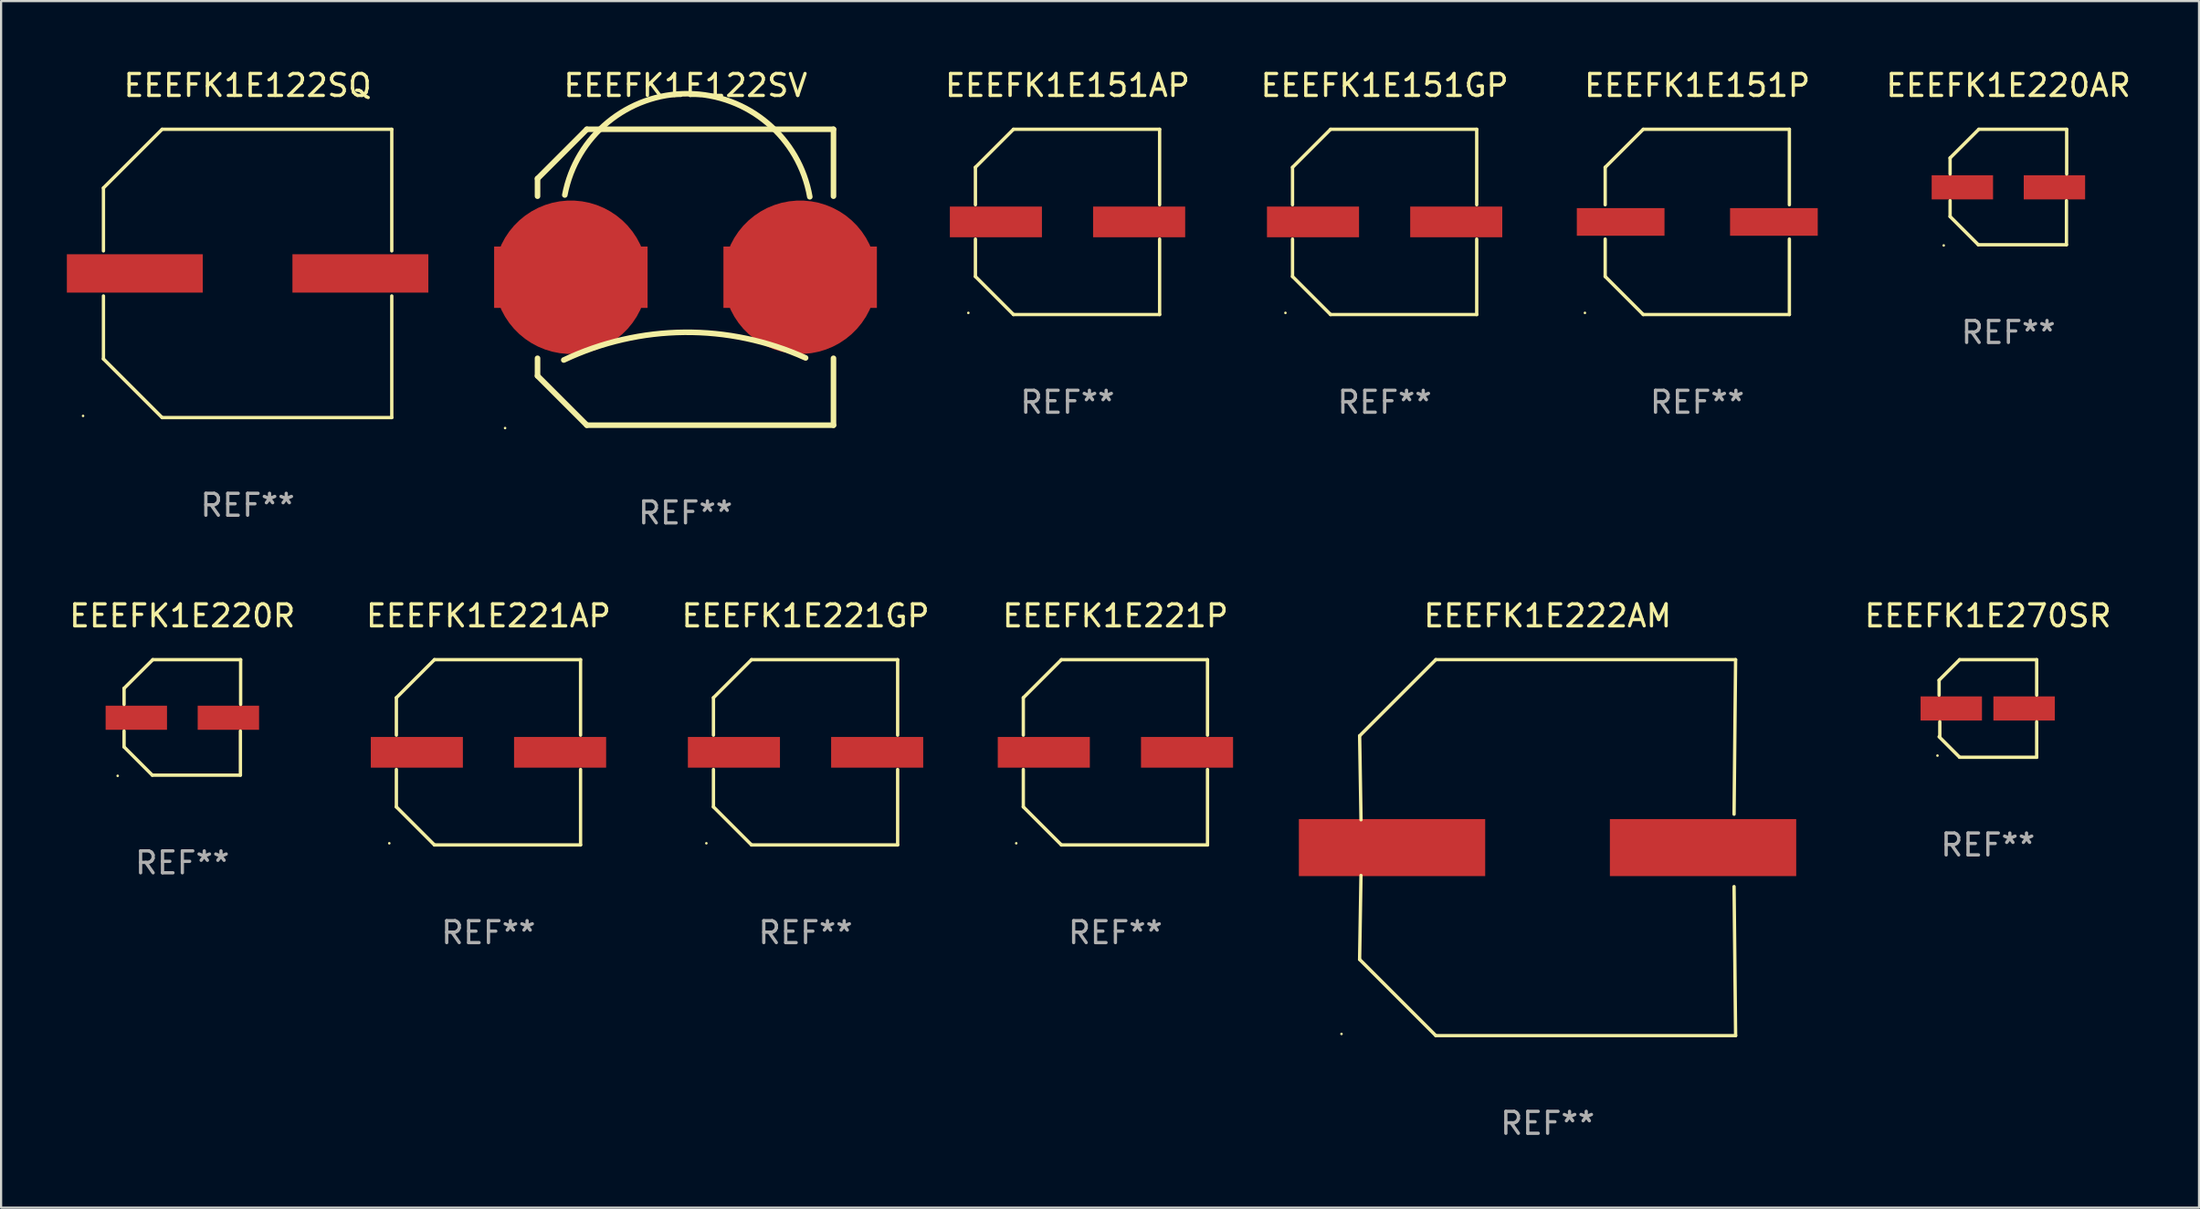
<source format=kicad_pcb>
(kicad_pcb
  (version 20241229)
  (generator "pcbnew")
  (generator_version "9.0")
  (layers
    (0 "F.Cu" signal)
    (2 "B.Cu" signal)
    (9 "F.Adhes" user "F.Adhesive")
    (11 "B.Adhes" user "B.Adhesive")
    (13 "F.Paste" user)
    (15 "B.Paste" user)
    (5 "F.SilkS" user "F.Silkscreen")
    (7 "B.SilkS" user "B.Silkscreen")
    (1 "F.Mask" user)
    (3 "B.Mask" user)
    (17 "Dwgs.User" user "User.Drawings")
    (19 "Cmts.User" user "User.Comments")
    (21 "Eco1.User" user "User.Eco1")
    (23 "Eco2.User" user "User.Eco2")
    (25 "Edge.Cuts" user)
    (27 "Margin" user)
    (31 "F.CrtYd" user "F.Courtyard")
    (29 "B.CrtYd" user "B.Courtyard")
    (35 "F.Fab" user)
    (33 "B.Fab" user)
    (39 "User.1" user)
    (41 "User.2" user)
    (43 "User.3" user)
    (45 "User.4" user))
  (footprint "EEEFK1E270SR"
    (layer "F.Cu")
    (at 87.63 29.271)
    (property "Reference" "EEEFK1E270SR" (at 0 -4.226 0) (layer "F.SilkS") (effects (font (size 1 1) (thickness 0.15))))
    (attr through_hole)
    (fp_line (start -2.226 -1.29) (end -2.226 -0.607) (stroke (width 0.152) (type solid)) (layer "F.SilkS"))
    (fp_line (start -2.193 1.29) (end -2.193 0.607) (stroke (width 0.152) (type solid)) (layer "F.SilkS"))
    (fp_line (start -1.29 2.226) (end -2.226 1.29) (stroke (width 0.152) (type solid)) (layer "F.SilkS"))
    (fp_line (start -1.29 -2.226) (end -2.226 -1.29) (stroke (width 0.152) (type solid)) (layer "F.SilkS"))
    (fp_line (start 2.226 -2.226) (end -1.29 -2.226) (stroke (width 0.152) (type solid)) (layer "F.SilkS"))
    (fp_line (start 2.226 -0.607) (end 2.226 -2.226) (stroke (width 0.152) (type solid)) (layer "F.SilkS"))
    (fp_line (start 2.226 0.607) (end 2.226 2.226) (stroke (width 0.152) (type solid)) (layer "F.SilkS"))
    (fp_line (start 2.226 2.226) (end -1.29 2.226) (stroke (width 0.152) (type solid)) (layer "F.SilkS"))
    (fp_circle (center -2.3 2.15) (end -2.27 2.15) (stroke (width 0.06) (type solid)) (fill no) (layer "F.SilkS"))
    (fp_text user "REF**" (at 0 6.226 0) (layer "F.Fab") (effects (font (size 1 1) (thickness 0.15))))
    (pad "1" smd rect (at -1.67 -0.000025) (size 2.8 1.1) (layers "F.Cu" "F.Mask" "F.Paste"))
    (pad "2" smd rect (at 1.651 -0.000025) (size 2.8 1.1) (layers "F.Cu" "F.Mask" "F.Paste")))
  (footprint "EEEFK1E222AM"
    (layer "F.Cu")
    (at 67.546 35.62)
    (property "Reference" "EEEFK1E222AM" (at 0 -10.576 0) (layer "F.SilkS") (effects (font (size 1 1) (thickness 0.15))))
    (attr through_hole)
    (fp_line (start -8.576 5.099) (end -8.513 1.269) (stroke (width 0.152) (type solid)) (layer "F.SilkS"))
    (fp_line (start -8.575 -5.101) (end -8.512 -1.271) (stroke (width 0.152) (type solid)) (layer "F.SilkS"))
    (fp_line (start -5.1 -8.576) (end -8.575 -5.101) (stroke (width 0.152) (type solid)) (layer "F.SilkS"))
    (fp_line (start -5.1 8.576) (end -8.576 5.099) (stroke (width 0.152) (type solid)) (layer "F.SilkS"))
    (fp_line (start 8.505 -1.525) (end 8.575 -8.576) (stroke (width 0.152) (type solid)) (layer "F.SilkS"))
    (fp_line (start 8.505 1.777) (end 8.576 8.576) (stroke (width 0.152) (type solid)) (layer "F.SilkS"))
    (fp_line (start 8.575 -8.576) (end -5.1 -8.576) (stroke (width 0.152) (type solid)) (layer "F.SilkS"))
    (fp_line (start 8.576 8.576) (end -5.1 8.576) (stroke (width 0.152) (type solid)) (layer "F.SilkS"))
    (fp_circle (center -9.402 8.499) (end -9.372 8.499) (stroke (width 0.06) (type solid)) (fill no) (layer "F.SilkS"))
    (fp_text user "REF**" (at 0 12.576 0) (layer "F.Fab") (effects (font (size 1 1) (thickness 0.15))))
    (pad "1" smd rect (at -7.097 -0.001) (size 8.5 2.6) (layers "F.Cu" "F.Mask" "F.Paste"))
    (pad "2" smd rect (at 7.09 -0.001) (size 8.5 2.6) (layers "F.Cu" "F.Mask" "F.Paste")))
  (footprint "EEEFK1E220R"
    (layer "F.Cu")
    (at 5.268 29.679)
    (property "Reference" "EEEFK1E220R" (at 0 -4.634 0) (layer "F.SilkS") (effects (font (size 1 1) (thickness 0.15))))
    (attr through_hole)
    (fp_line (start -2.659 -1.326) (end -2.659 -0.592) (stroke (width 0.152) (type solid)) (layer "F.SilkS"))
    (fp_line (start -2.659 1.346) (end -2.659 0.622) (stroke (width 0.152) (type solid)) (layer "F.SilkS"))
    (fp_line (start -1.372 2.634) (end -2.659 1.346) (stroke (width 0.152) (type solid)) (layer "F.SilkS"))
    (fp_line (start -1.349 -2.634) (end -2.659 -1.326) (stroke (width 0.152) (type solid)) (layer "F.SilkS"))
    (fp_line (start 2.649 0.622) (end 2.649 2.634) (stroke (width 0.152) (type solid)) (layer "F.SilkS"))
    (fp_line (start 2.649 2.634) (end -1.372 2.634) (stroke (width 0.152) (type solid)) (layer "F.SilkS"))
    (fp_line (start 2.659 -2.634) (end -1.349 -2.634) (stroke (width 0.152) (type solid)) (layer "F.SilkS"))
    (fp_line (start 2.659 -0.592) (end 2.659 -2.634) (stroke (width 0.152) (type solid)) (layer "F.SilkS"))
    (fp_circle (center -2.95 2.665) (end -2.92 2.665) (stroke (width 0.06) (type solid)) (fill no) (layer "F.SilkS"))
    (fp_text user "REF**" (at 0 6.634 0) (layer "F.Fab") (effects (font (size 1 1) (thickness 0.15))))
    (pad "1" smd rect (at -2.1 0.015) (size 2.8 1.1) (layers "F.Cu" "F.Mask" "F.Paste"))
    (pad "2" smd rect (at 2.1 0.015) (size 2.8 1.1) (layers "F.Cu" "F.Mask" "F.Paste")))
  (footprint "EEEFK1E151P"
    (layer "F.Cu")
    (at 74.373 7.074)
    (property "Reference" "EEEFK1E151P" (at 0 -6.226 0) (layer "F.SilkS") (effects (font (size 1 1) (thickness 0.15))))
    (attr through_hole)
    (fp_line (start -4.201 -2.49) (end -4.201 -0.782) (stroke (width 0.152) (type solid)) (layer "F.SilkS"))
    (fp_line (start -4.201 2.49) (end -4.201 0.782) (stroke (width 0.152) (type solid)) (layer "F.SilkS"))
    (fp_line (start -2.465 -4.226) (end -4.201 -2.49) (stroke (width 0.152) (type solid)) (layer "F.SilkS"))
    (fp_line (start -2.465 4.226) (end -4.201 2.49) (stroke (width 0.152) (type solid)) (layer "F.SilkS"))
    (fp_line (start 4.201 -4.226) (end -2.465 -4.226) (stroke (width 0.152) (type solid)) (layer "F.SilkS"))
    (fp_line (start 4.201 -0.782) (end 4.201 -4.226) (stroke (width 0.152) (type solid)) (layer "F.SilkS"))
    (fp_line (start 4.201 0.782) (end 4.201 4.226) (stroke (width 0.152) (type solid)) (layer "F.SilkS"))
    (fp_line (start 4.201 4.226) (end -2.465 4.226) (stroke (width 0.152) (type solid)) (layer "F.SilkS"))
    (fp_circle (center -5.125 4.15) (end -5.095 4.15) (stroke (width 0.06) (type solid)) (fill no) (layer "F.SilkS"))
    (fp_text user "REF**" (at 0 8.226 0) (layer "F.Fab") (effects (font (size 1 1) (thickness 0.15))))
    (pad "1" smd rect (at -3.495 0.000051) (size 4 1.26) (layers "F.Cu" "F.Mask" "F.Paste"))
    (pad "2" smd rect (at 3.495 0.000051) (size 4 1.26) (layers "F.Cu" "F.Mask" "F.Paste")))
  (footprint "EEEFK1E122SV"
    (layer "F.Cu")
    (at 28.22 9.598)
    (property "Reference" "EEEFK1E122SV" (at 0 -8.75 0) (layer "F.SilkS") (effects (font (size 1 1) (thickness 0.15))))
    (attr through_hole)
    (fp_line (start -6.75 -4.5) (end -6.75 -3.697) (stroke (width 0.254) (type solid)) (layer "F.SilkS"))
    (fp_line (start -6.75 3.697) (end -6.75 4.5) (stroke (width 0.254) (type solid)) (layer "F.SilkS"))
    (fp_line (start -6.75 4.5) (end -4.5 6.75) (stroke (width 0.254) (type solid)) (layer "F.SilkS"))
    (fp_line (start -4.5 -6.75) (end -6.75 -4.5) (stroke (width 0.254) (type solid)) (layer "F.SilkS"))
    (fp_line (start 6.75 -6.75) (end -4.5 -6.75) (stroke (width 0.254) (type solid)) (layer "F.SilkS"))
    (fp_line (start 6.75 -6.75) (end 6.75 -3.697) (stroke (width 0.254) (type solid)) (layer "F.SilkS"))
    (fp_line (start 6.75 3.697) (end 6.75 6.75) (stroke (width 0.254) (type solid)) (layer "F.SilkS"))
    (fp_line (start 6.75 6.75) (end -4.5 6.75) (stroke (width 0.254) (type solid)) (layer "F.SilkS"))
    (fp_arc (start -5.552908 3.776048) (mid -0.047808 2.512135) (end 5.478511 3.679782) (stroke (width 0.254001) (type solid)) (layer "F.SilkS"))
    (fp_arc (start -5.506198 -3.751867) (mid 0.116053 -8.373258) (end 5.670003 -3.670003) (stroke (width 0.254001) (type solid)) (layer "F.SilkS"))
    (fp_circle (center -8.23 6.881) (end -8.2 6.881) (stroke (width 0.06) (type solid)) (fill no) (layer "F.SilkS"))
    (fp_text user "REF**" (at 0 10.75 0) (layer "F.Fab") (effects (font (size 1 1) (thickness 0.15))))
    (pad "1" smd custom (at -5.23 0 270) (size 7 6) (layers "F.Cu" "F.Mask" "F.Paste") (options (anchor circle)) (primitives (gr_poly (pts (xy 1.4 -3.5) (xy 1.4 -1.3) (xy 3 -1.3) (xy 3 1.3) (xy 1.4 1.3) (xy 1.4 3.5) (xy -1.4 3.5) (xy -1.4 1.3) (xy -3 1.3) (xy -3 -1.3) (xy -1.4 -1.3) (xy -1.4 -3.5) (xy 1.4 -3.5)) (width 0) (fill yes))))
    (pad "2" smd custom (at 5.23 0 270) (size 7 6) (layers "F.Cu" "F.Mask" "F.Paste") (options (anchor circle)) (primitives (gr_poly (pts (xy 1.4 -3.5) (xy 1.4 -1.3) (xy 3 -1.3) (xy 3 1.3) (xy 1.4 1.3) (xy 1.4 3.5) (xy -1.4 3.5) (xy -1.4 1.3) (xy -3 1.3) (xy -3 -1.3) (xy -1.4 -1.3) (xy -1.4 -3.5) (xy 1.4 -3.5)) (width 0) (fill yes)))))
  (footprint "EEEFK1E221P"
    (layer "F.Cu")
    (at 47.831 31.271)
    (property "Reference" "EEEFK1E221P" (at 0 -6.226 0) (layer "F.SilkS") (effects (font (size 1 1) (thickness 0.15))))
    (attr through_hole)
    (fp_line (start -4.201 -2.49) (end -4.201 -0.782) (stroke (width 0.152) (type solid)) (layer "F.SilkS"))
    (fp_line (start -4.201 2.49) (end -4.201 0.782) (stroke (width 0.152) (type solid)) (layer "F.SilkS"))
    (fp_line (start -2.465 -4.226) (end -4.201 -2.49) (stroke (width 0.152) (type solid)) (layer "F.SilkS"))
    (fp_line (start -2.465 4.226) (end -4.201 2.49) (stroke (width 0.152) (type solid)) (layer "F.SilkS"))
    (fp_line (start 4.201 -4.226) (end -2.465 -4.226) (stroke (width 0.152) (type solid)) (layer "F.SilkS"))
    (fp_line (start 4.201 -0.782) (end 4.201 -4.226) (stroke (width 0.152) (type solid)) (layer "F.SilkS"))
    (fp_line (start 4.201 0.782) (end 4.201 4.226) (stroke (width 0.152) (type solid)) (layer "F.SilkS"))
    (fp_line (start 4.201 4.226) (end -2.465 4.226) (stroke (width 0.152) (type solid)) (layer "F.SilkS"))
    (fp_circle (center -4.524 4.15) (end -4.494 4.15) (stroke (width 0.06) (type solid)) (fill no) (layer "F.SilkS"))
    (fp_text user "REF**" (at 0 8.226 0) (layer "F.Fab") (effects (font (size 1 1) (thickness 0.15))))
    (pad "1" smd rect (at -3.267 0) (size 4.2 1.4) (layers "F.Cu" "F.Mask" "F.Paste"))
    (pad "2" smd rect (at 3.267 0) (size 4.2 1.4) (layers "F.Cu" "F.Mask" "F.Paste")))
  (footprint "EEEFK1E220AR"
    (layer "F.Cu")
    (at 88.565 5.482)
    (property "Reference" "EEEFK1E220AR" (at 0 -4.634 0) (layer "F.SilkS") (effects (font (size 1 1) (thickness 0.15))))
    (attr through_hole)
    (fp_line (start -2.659 -1.326) (end -2.659 -0.592) (stroke (width 0.152) (type solid)) (layer "F.SilkS"))
    (fp_line (start -2.659 1.346) (end -2.659 0.622) (stroke (width 0.152) (type solid)) (layer "F.SilkS"))
    (fp_line (start -1.372 2.634) (end -2.659 1.346) (stroke (width 0.152) (type solid)) (layer "F.SilkS"))
    (fp_line (start -1.349 -2.634) (end -2.659 -1.326) (stroke (width 0.152) (type solid)) (layer "F.SilkS"))
    (fp_line (start 2.649 0.622) (end 2.649 2.634) (stroke (width 0.152) (type solid)) (layer "F.SilkS"))
    (fp_line (start 2.649 2.634) (end -1.372 2.634) (stroke (width 0.152) (type solid)) (layer "F.SilkS"))
    (fp_line (start 2.659 -2.634) (end -1.349 -2.634) (stroke (width 0.152) (type solid)) (layer "F.SilkS"))
    (fp_line (start 2.659 -0.592) (end 2.659 -2.634) (stroke (width 0.152) (type solid)) (layer "F.SilkS"))
    (fp_circle (center -2.95 2.665) (end -2.92 2.665) (stroke (width 0.06) (type solid)) (fill no) (layer "F.SilkS"))
    (fp_text user "REF**" (at 0 6.634 0) (layer "F.Fab") (effects (font (size 1 1) (thickness 0.15))))
    (pad "1" smd rect (at -2.1 0.015) (size 2.8 1.1) (layers "F.Cu" "F.Mask" "F.Paste"))
    (pad "2" smd rect (at 2.1 0.015) (size 2.8 1.1) (layers "F.Cu" "F.Mask" "F.Paste")))
  (footprint "EEEFK1E221AP"
    (layer "F.Cu")
    (at 19.232 31.271)
    (property "Reference" "EEEFK1E221AP" (at 0 -6.226 0) (layer "F.SilkS") (effects (font (size 1 1) (thickness 0.15))))
    (attr through_hole)
    (fp_line (start -4.201 -2.49) (end -4.201 -0.782) (stroke (width 0.152) (type solid)) (layer "F.SilkS"))
    (fp_line (start -4.201 2.49) (end -4.201 0.782) (stroke (width 0.152) (type solid)) (layer "F.SilkS"))
    (fp_line (start -2.465 -4.226) (end -4.201 -2.49) (stroke (width 0.152) (type solid)) (layer "F.SilkS"))
    (fp_line (start -2.465 4.226) (end -4.201 2.49) (stroke (width 0.152) (type solid)) (layer "F.SilkS"))
    (fp_line (start 4.201 -4.226) (end -2.465 -4.226) (stroke (width 0.152) (type solid)) (layer "F.SilkS"))
    (fp_line (start 4.201 -0.782) (end 4.201 -4.226) (stroke (width 0.152) (type solid)) (layer "F.SilkS"))
    (fp_line (start 4.201 0.782) (end 4.201 4.226) (stroke (width 0.152) (type solid)) (layer "F.SilkS"))
    (fp_line (start 4.201 4.226) (end -2.465 4.226) (stroke (width 0.152) (type solid)) (layer "F.SilkS"))
    (fp_circle (center -4.524 4.15) (end -4.494 4.15) (stroke (width 0.06) (type solid)) (fill no) (layer "F.SilkS"))
    (fp_text user "REF**" (at 0 8.226 0) (layer "F.Fab") (effects (font (size 1 1) (thickness 0.15))))
    (pad "1" smd rect (at -3.267 0) (size 4.2 1.4) (layers "F.Cu" "F.Mask" "F.Paste"))
    (pad "2" smd rect (at 3.267 0) (size 4.2 1.4) (layers "F.Cu" "F.Mask" "F.Paste")))
  (footprint "EEEFK1E122SQ"
    (layer "F.Cu")
    (at 8.245 9.424)
    (property "Reference" "EEEFK1E122SQ" (at 0 -8.576 0) (layer "F.SilkS") (effects (font (size 1 1) (thickness 0.15))))
    (attr through_hole)
    (fp_line (start -6.576 -3.9) (end -6.576 -1.027) (stroke (width 0.152) (type solid)) (layer "F.SilkS"))
    (fp_line (start -6.576 3.9) (end -6.576 1.027) (stroke (width 0.152) (type solid)) (layer "F.SilkS"))
    (fp_line (start -3.9 -6.576) (end -6.576 -3.9) (stroke (width 0.152) (type solid)) (layer "F.SilkS"))
    (fp_line (start -3.9 6.576) (end -6.576 3.9) (stroke (width 0.152) (type solid)) (layer "F.SilkS"))
    (fp_line (start 6.576 -6.576) (end -3.9 -6.576) (stroke (width 0.152) (type solid)) (layer "F.SilkS"))
    (fp_line (start 6.576 -1.027) (end 6.576 -6.576) (stroke (width 0.152) (type solid)) (layer "F.SilkS"))
    (fp_line (start 6.576 1.027) (end 6.576 6.576) (stroke (width 0.152) (type solid)) (layer "F.SilkS"))
    (fp_line (start 6.576 6.576) (end -3.9 6.576) (stroke (width 0.152) (type solid)) (layer "F.SilkS"))
    (fp_circle (center -7.506 6.5) (end -7.476 6.5) (stroke (width 0.06) (type solid)) (fill no) (layer "F.SilkS"))
    (fp_text user "REF**" (at 0 10.576 0) (layer "F.Fab") (effects (font (size 1 1) (thickness 0.15))))
    (pad "1" smd rect (at -5.145 0) (size 6.2 1.75) (layers "F.Cu" "F.Mask" "F.Paste"))
    (pad "2" smd rect (at 5.145 0) (size 6.2 1.75) (layers "F.Cu" "F.Mask" "F.Paste")))
  (footprint "EEEFK1E151GP"
    (layer "F.Cu")
    (at 60.111 7.074)
    (property "Reference" "EEEFK1E151GP" (at 0 -6.226 0) (layer "F.SilkS") (effects (font (size 1 1) (thickness 0.15))))
    (attr through_hole)
    (fp_line (start -4.201 -2.49) (end -4.201 -0.782) (stroke (width 0.152) (type solid)) (layer "F.SilkS"))
    (fp_line (start -4.201 2.49) (end -4.201 0.782) (stroke (width 0.152) (type solid)) (layer "F.SilkS"))
    (fp_line (start -2.465 -4.226) (end -4.201 -2.49) (stroke (width 0.152) (type solid)) (layer "F.SilkS"))
    (fp_line (start -2.465 4.226) (end -4.201 2.49) (stroke (width 0.152) (type solid)) (layer "F.SilkS"))
    (fp_line (start 4.201 -4.226) (end -2.465 -4.226) (stroke (width 0.152) (type solid)) (layer "F.SilkS"))
    (fp_line (start 4.201 -0.782) (end 4.201 -4.226) (stroke (width 0.152) (type solid)) (layer "F.SilkS"))
    (fp_line (start 4.201 0.782) (end 4.201 4.226) (stroke (width 0.152) (type solid)) (layer "F.SilkS"))
    (fp_line (start 4.201 4.226) (end -2.465 4.226) (stroke (width 0.152) (type solid)) (layer "F.SilkS"))
    (fp_circle (center -4.524 4.15) (end -4.494 4.15) (stroke (width 0.06) (type solid)) (fill no) (layer "F.SilkS"))
    (fp_text user "REF**" (at 0 8.226 0) (layer "F.Fab") (effects (font (size 1 1) (thickness 0.15))))
    (pad "1" smd rect (at -3.267 0) (size 4.2 1.4) (layers "F.Cu" "F.Mask" "F.Paste"))
    (pad "2" smd rect (at 3.267 0) (size 4.2 1.4) (layers "F.Cu" "F.Mask" "F.Paste")))
  (footprint "EEEFK1E151AP"
    (layer "F.Cu")
    (at 45.646 7.074)
    (property "Reference" "EEEFK1E151AP" (at 0 -6.226 0) (layer "F.SilkS") (effects (font (size 1 1) (thickness 0.15))))
    (attr through_hole)
    (fp_line (start -4.201 -2.49) (end -4.201 -0.782) (stroke (width 0.152) (type solid)) (layer "F.SilkS"))
    (fp_line (start -4.201 2.49) (end -4.201 0.782) (stroke (width 0.152) (type solid)) (layer "F.SilkS"))
    (fp_line (start -2.465 -4.226) (end -4.201 -2.49) (stroke (width 0.152) (type solid)) (layer "F.SilkS"))
    (fp_line (start -2.465 4.226) (end -4.201 2.49) (stroke (width 0.152) (type solid)) (layer "F.SilkS"))
    (fp_line (start 4.201 -4.226) (end -2.465 -4.226) (stroke (width 0.152) (type solid)) (layer "F.SilkS"))
    (fp_line (start 4.201 -0.782) (end 4.201 -4.226) (stroke (width 0.152) (type solid)) (layer "F.SilkS"))
    (fp_line (start 4.201 0.782) (end 4.201 4.226) (stroke (width 0.152) (type solid)) (layer "F.SilkS"))
    (fp_line (start 4.201 4.226) (end -2.465 4.226) (stroke (width 0.152) (type solid)) (layer "F.SilkS"))
    (fp_circle (center -4.524 4.15) (end -4.494 4.15) (stroke (width 0.06) (type solid)) (fill no) (layer "F.SilkS"))
    (fp_text user "REF**" (at 0 8.226 0) (layer "F.Fab") (effects (font (size 1 1) (thickness 0.15))))
    (pad "1" smd rect (at -3.267 0) (size 4.2 1.4) (layers "F.Cu" "F.Mask" "F.Paste"))
    (pad "2" smd rect (at 3.267 0) (size 4.2 1.4) (layers "F.Cu" "F.Mask" "F.Paste")))
  (footprint "EEEFK1E221GP"
    (layer "F.Cu")
    (at 33.696 31.271)
    (property "Reference" "EEEFK1E221GP" (at 0 -6.226 0) (layer "F.SilkS") (effects (font (size 1 1) (thickness 0.15))))
    (attr through_hole)
    (fp_line (start -4.201 -2.49) (end -4.201 -0.782) (stroke (width 0.152) (type solid)) (layer "F.SilkS"))
    (fp_line (start -4.201 2.49) (end -4.201 0.782) (stroke (width 0.152) (type solid)) (layer "F.SilkS"))
    (fp_line (start -2.465 -4.226) (end -4.201 -2.49) (stroke (width 0.152) (type solid)) (layer "F.SilkS"))
    (fp_line (start -2.465 4.226) (end -4.201 2.49) (stroke (width 0.152) (type solid)) (layer "F.SilkS"))
    (fp_line (start 4.201 -4.226) (end -2.465 -4.226) (stroke (width 0.152) (type solid)) (layer "F.SilkS"))
    (fp_line (start 4.201 -0.782) (end 4.201 -4.226) (stroke (width 0.152) (type solid)) (layer "F.SilkS"))
    (fp_line (start 4.201 0.782) (end 4.201 4.226) (stroke (width 0.152) (type solid)) (layer "F.SilkS"))
    (fp_line (start 4.201 4.226) (end -2.465 4.226) (stroke (width 0.152) (type solid)) (layer "F.SilkS"))
    (fp_circle (center -4.524 4.15) (end -4.494 4.15) (stroke (width 0.06) (type solid)) (fill no) (layer "F.SilkS"))
    (fp_text user "REF**" (at 0 8.226 0) (layer "F.Fab") (effects (font (size 1 1) (thickness 0.15))))
    (pad "1" smd rect (at -3.267 0) (size 4.2 1.4) (layers "F.Cu" "F.Mask" "F.Paste"))
    (pad "2" smd rect (at 3.267 0) (size 4.2 1.4) (layers "F.Cu" "F.Mask" "F.Paste")))
  (gr_rect
    (start -3 -3)
    (end 97.261 52.044)
    (stroke (width 0.1) (type default))
    (fill no)
    (layer "Edge.Cuts")))
</source>
